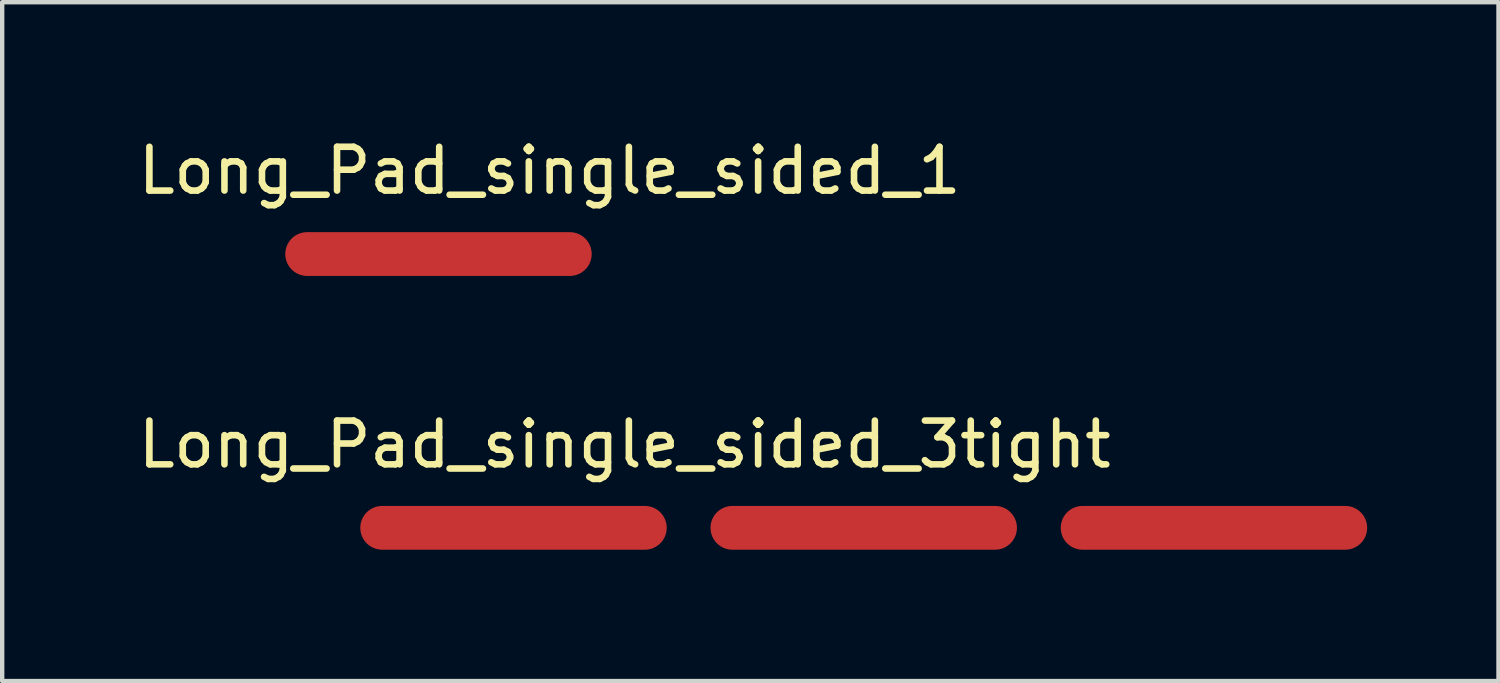
<source format=kicad_pcb>
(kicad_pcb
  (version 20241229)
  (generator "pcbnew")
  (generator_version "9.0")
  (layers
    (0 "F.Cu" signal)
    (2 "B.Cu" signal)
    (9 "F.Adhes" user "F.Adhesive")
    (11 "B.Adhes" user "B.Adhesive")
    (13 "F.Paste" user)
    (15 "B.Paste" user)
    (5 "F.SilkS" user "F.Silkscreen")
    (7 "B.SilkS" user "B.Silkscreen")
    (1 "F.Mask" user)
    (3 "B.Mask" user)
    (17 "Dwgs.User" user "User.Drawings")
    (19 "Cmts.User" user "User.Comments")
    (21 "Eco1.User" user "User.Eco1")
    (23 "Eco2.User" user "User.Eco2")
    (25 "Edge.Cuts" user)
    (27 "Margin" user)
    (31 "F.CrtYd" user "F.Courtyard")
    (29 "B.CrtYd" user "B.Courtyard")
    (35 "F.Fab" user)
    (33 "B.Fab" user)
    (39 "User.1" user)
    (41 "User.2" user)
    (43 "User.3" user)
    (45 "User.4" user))
  (footprint "Long_Pad_single_sided_1"
    (layer "F.Cu")
    (at 6.966 2.753)
    (property "Reference" "Long_Pad_single_sided_1" (at 2.54 -1.905 0) (layer "F.SilkS") (effects (font (size 1 1) (thickness 0.15))))
    (attr through_hole)
    (pad "1" smd oval (at 0 0) (size 7 1) (layers "F.Cu" "F.Mask" "F.Paste")))
  (footprint "Long_Pad_single_sided_3tight"
    (layer "F.Cu")
    (at 8.68 9.007)
    (property "Reference" "Long_Pad_single_sided_3tight" (at 2.54 -1.905 0) (layer "F.SilkS") (effects (font (size 1 1) (thickness 0.15))))
    (attr through_hole)
    (pad "1" smd oval (at 0 0) (size 7 1) (layers "F.Cu" "F.Mask" "F.Paste"))
    (pad "1" smd oval (at 8 0) (size 7 1) (layers "F.Cu" "F.Mask" "F.Paste"))
    (pad "1" smd oval (at 16 0) (size 7 1) (layers "F.Cu" "F.Mask" "F.Paste")))
  (gr_rect
    (start -3 -3)
    (end 31.18 12.507)
    (stroke (width 0.1) (type default))
    (fill no)
    (layer "Edge.Cuts")))
</source>
